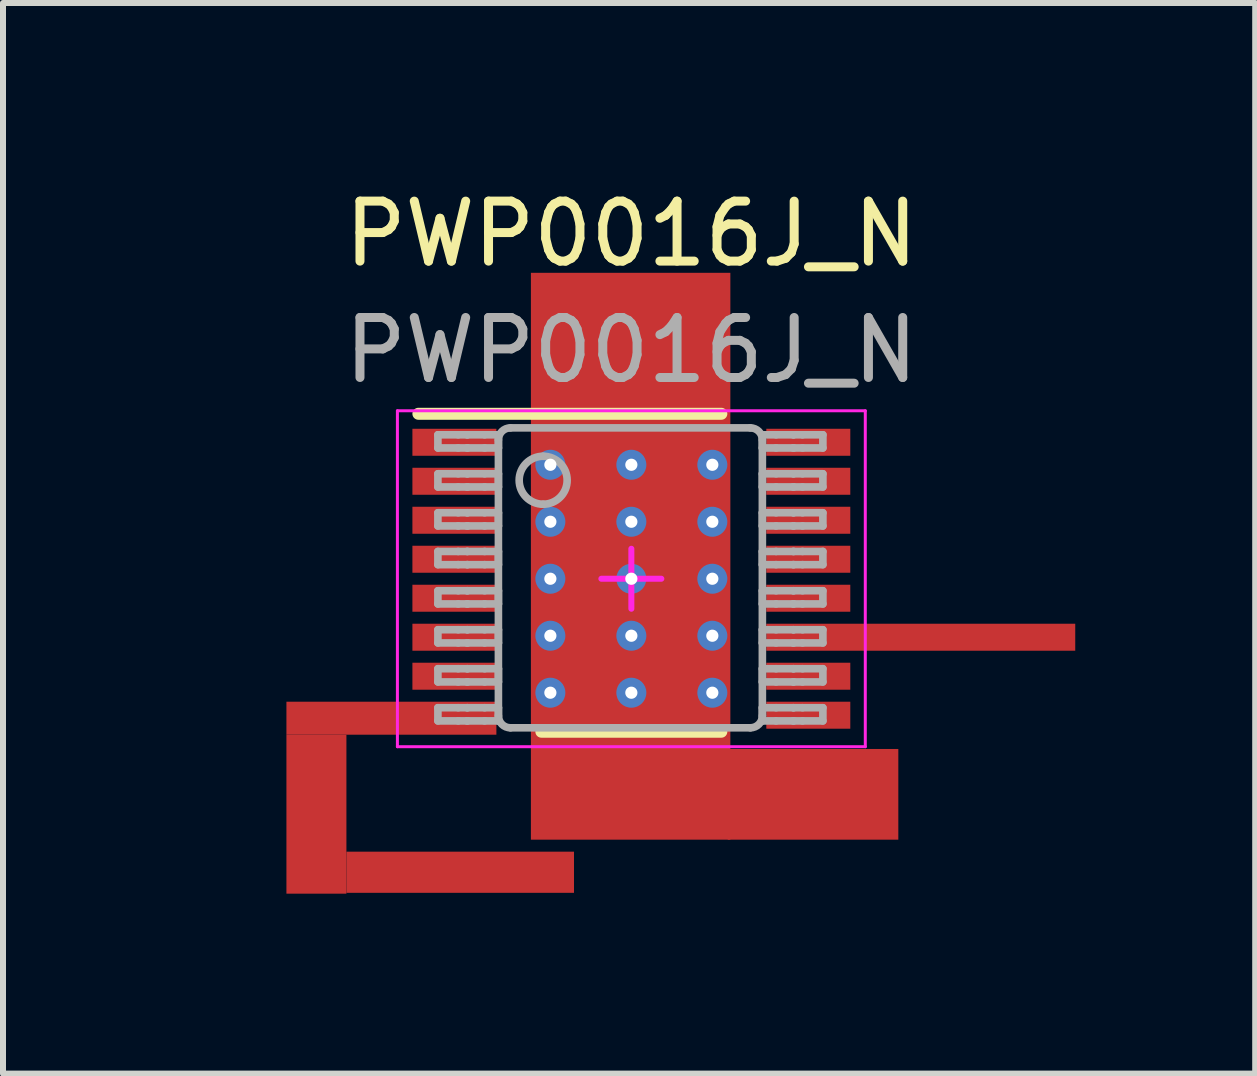
<source format=kicad_pcb>
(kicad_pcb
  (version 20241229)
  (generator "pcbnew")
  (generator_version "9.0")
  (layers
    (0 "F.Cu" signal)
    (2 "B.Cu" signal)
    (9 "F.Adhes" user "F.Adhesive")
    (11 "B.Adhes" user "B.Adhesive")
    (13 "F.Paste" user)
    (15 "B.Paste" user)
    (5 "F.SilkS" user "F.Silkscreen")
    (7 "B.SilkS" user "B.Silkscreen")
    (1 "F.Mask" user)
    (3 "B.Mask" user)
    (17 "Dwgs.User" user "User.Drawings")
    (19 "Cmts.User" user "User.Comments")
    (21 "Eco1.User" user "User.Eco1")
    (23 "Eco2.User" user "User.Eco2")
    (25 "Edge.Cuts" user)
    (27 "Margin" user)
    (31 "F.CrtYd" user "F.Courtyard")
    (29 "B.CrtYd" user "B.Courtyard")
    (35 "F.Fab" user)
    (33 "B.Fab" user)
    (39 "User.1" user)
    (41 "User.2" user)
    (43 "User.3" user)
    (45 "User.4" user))
  (footprint "PWP0016J_N"
    (layer "F.Cu")
    (at 7.475 6.598)
    (property "Reference" "PWP0016J_N" (at 0 -5.75 0) (unlocked yes) (layer "F.SilkS") (effects (font (size 1 1) (thickness 0.15))))
    (attr smd)
    (fp_poly (pts (xy -1.23 1.726) (xy -1.23 -1.726) (xy -1.229 -1.735) (xy -1.226 -1.745) (xy -1.222 -1.753) (xy -1.216 -1.761) (xy -1.208 -1.767) (xy -1.2 -1.771) (xy -1.19 -1.774) (xy -1.181 -1.775) (xy 1.181 -1.775) (xy 1.19 -1.774) (xy 1.2 -1.771) (xy 1.208 -1.767) (xy 1.216 -1.761) (xy 1.222 -1.753) (xy 1.226 -1.745) (xy 1.229 -1.735) (xy 1.23 -1.726) (xy 1.23 1.726) (xy 1.229 1.735) (xy 1.226 1.745) (xy 1.222 1.753) (xy 1.216 1.761) (xy 1.208 1.767) (xy 1.2 1.771) (xy 1.19 1.774) (xy 1.181 1.775) (xy -1.181 1.775) (xy -1.19 1.774) (xy -1.2 1.771) (xy -1.208 1.767) (xy -1.216 1.761) (xy -1.222 1.753) (xy -1.226 1.745) (xy -1.229 1.735)) (stroke (width 0) (type solid)) (fill yes) (layer "F.Mask"))
    (fp_line (start -3.55 -2.75) (end 1.5 -2.75) (stroke (width 0.2) (type solid)) (layer "F.SilkS"))
    (fp_line (start -1.5 2.55) (end 1.5 2.55) (stroke (width 0.2) (type solid)) (layer "F.SilkS"))
    (fp_poly (pts (xy -1.23 1.726) (xy -1.23 -1.726) (xy -1.229 -1.735) (xy -1.226 -1.745) (xy -1.222 -1.753) (xy -1.216 -1.761) (xy -1.208 -1.767) (xy -1.2 -1.771) (xy -1.19 -1.774) (xy -1.181 -1.775) (xy 1.181 -1.775) (xy 1.19 -1.774) (xy 1.2 -1.771) (xy 1.208 -1.767) (xy 1.216 -1.761) (xy 1.222 -1.753) (xy 1.226 -1.745) (xy 1.229 -1.735) (xy 1.23 -1.726) (xy 1.23 1.726) (xy 1.229 1.735) (xy 1.226 1.745) (xy 1.222 1.753) (xy 1.216 1.761) (xy 1.208 1.767) (xy 1.2 1.771) (xy 1.19 1.774) (xy 1.181 1.775) (xy -1.181 1.775) (xy -1.19 1.774) (xy -1.2 1.771) (xy -1.208 1.767) (xy -1.216 1.761) (xy -1.222 1.753) (xy -1.226 1.745) (xy -1.229 1.735)) (stroke (width 0) (type solid)) (fill yes) (layer "F.Paste"))
    (fp_line (start -3.9 -2.8) (end 3.9 -2.8) (stroke (width 0.05) (type solid)) (layer "F.CrtYd"))
    (fp_line (start -3.9 2.8) (end -3.9 -2.8) (stroke (width 0.05) (type solid)) (layer "F.CrtYd"))
    (fp_line (start -3.9 2.8) (end 3.9 2.8) (stroke (width 0.05) (type solid)) (layer "F.CrtYd"))
    (fp_line (start -0.5 0) (end 0.5 0) (stroke (width 0.1) (type solid)) (layer "F.CrtYd"))
    (fp_line (start -0.000003 0.5) (end -0.000003 -0.5) (stroke (width 0.1) (type solid)) (layer "F.CrtYd"))
    (fp_line (start 3.9 2.8) (end 3.9 -2.8) (stroke (width 0.05) (type solid)) (layer "F.CrtYd"))
    (fp_line (start -3.225 -2.4) (end -2.887 -2.4) (stroke (width 0.127) (type solid)) (layer "F.Fab"))
    (fp_line (start -3.225 -2.18) (end -3.225 -2.4) (stroke (width 0.127) (type solid)) (layer "F.Fab"))
    (fp_line (start -3.225 -2.18) (end -2.887 -2.18) (stroke (width 0.127) (type solid)) (layer "F.Fab"))
    (fp_line (start -3.225 -1.75) (end -2.887 -1.75) (stroke (width 0.127) (type solid)) (layer "F.Fab"))
    (fp_line (start -3.225 -1.53) (end -3.225 -1.75) (stroke (width 0.127) (type solid)) (layer "F.Fab"))
    (fp_line (start -3.225 -1.53) (end -2.887 -1.53) (stroke (width 0.127) (type solid)) (layer "F.Fab"))
    (fp_line (start -3.225 -1.1) (end -2.887 -1.1) (stroke (width 0.127) (type solid)) (layer "F.Fab"))
    (fp_line (start -3.225 -0.88) (end -3.225 -1.1) (stroke (width 0.127) (type solid)) (layer "F.Fab"))
    (fp_line (start -3.225 -0.88) (end -2.887 -0.88) (stroke (width 0.127) (type solid)) (layer "F.Fab"))
    (fp_line (start -3.225 -0.455) (end -2.887 -0.455) (stroke (width 0.127) (type solid)) (layer "F.Fab"))
    (fp_line (start -3.225 -0.235) (end -3.225 -0.455) (stroke (width 0.127) (type solid)) (layer "F.Fab"))
    (fp_line (start -3.225 -0.235) (end -2.887 -0.235) (stroke (width 0.127) (type solid)) (layer "F.Fab"))
    (fp_line (start -3.225 0.2) (end -2.887 0.2) (stroke (width 0.127) (type solid)) (layer "F.Fab"))
    (fp_line (start -3.225 0.42) (end -3.225 0.2) (stroke (width 0.127) (type solid)) (layer "F.Fab"))
    (fp_line (start -3.225 0.42) (end -2.887 0.42) (stroke (width 0.127) (type solid)) (layer "F.Fab"))
    (fp_line (start -3.225 0.85) (end -2.887 0.85) (stroke (width 0.127) (type solid)) (layer "F.Fab"))
    (fp_line (start -3.225 1.07) (end -3.225 0.85) (stroke (width 0.127) (type solid)) (layer "F.Fab"))
    (fp_line (start -3.225 1.07) (end -2.887 1.07) (stroke (width 0.127) (type solid)) (layer "F.Fab"))
    (fp_line (start -3.225 1.5) (end -2.887 1.5) (stroke (width 0.127) (type solid)) (layer "F.Fab"))
    (fp_line (start -3.225 1.72) (end -3.225 1.5) (stroke (width 0.127) (type solid)) (layer "F.Fab"))
    (fp_line (start -3.225 1.72) (end -2.887 1.72) (stroke (width 0.127) (type solid)) (layer "F.Fab"))
    (fp_line (start -3.225 2.15) (end -2.887 2.15) (stroke (width 0.127) (type solid)) (layer "F.Fab"))
    (fp_line (start -3.225 2.37) (end -3.225 2.15) (stroke (width 0.127) (type solid)) (layer "F.Fab"))
    (fp_line (start -3.225 2.37) (end -2.887 2.37) (stroke (width 0.127) (type solid)) (layer "F.Fab"))
    (fp_line (start -2.887 -2.4) (end -2.739 -2.4) (stroke (width 0.127) (type solid)) (layer "F.Fab"))
    (fp_line (start -2.887 -2.18) (end -2.739 -2.18) (stroke (width 0.127) (type solid)) (layer "F.Fab"))
    (fp_line (start -2.887 -1.75) (end -2.739 -1.75) (stroke (width 0.127) (type solid)) (layer "F.Fab"))
    (fp_line (start -2.887 -1.53) (end -2.739 -1.53) (stroke (width 0.127) (type solid)) (layer "F.Fab"))
    (fp_line (start -2.887 -1.1) (end -2.739 -1.1) (stroke (width 0.127) (type solid)) (layer "F.Fab"))
    (fp_line (start -2.887 -0.88) (end -2.739 -0.88) (stroke (width 0.127) (type solid)) (layer "F.Fab"))
    (fp_line (start -2.887 -0.455) (end -2.739 -0.455) (stroke (width 0.127) (type solid)) (layer "F.Fab"))
    (fp_line (start -2.887 -0.235) (end -2.739 -0.235) (stroke (width 0.127) (type solid)) (layer "F.Fab"))
    (fp_line (start -2.887 0.2) (end -2.739 0.2) (stroke (width 0.127) (type solid)) (layer "F.Fab"))
    (fp_line (start -2.887 0.42) (end -2.739 0.42) (stroke (width 0.127) (type solid)) (layer "F.Fab"))
    (fp_line (start -2.887 0.85) (end -2.739 0.85) (stroke (width 0.127) (type solid)) (layer "F.Fab"))
    (fp_line (start -2.887 1.07) (end -2.739 1.07) (stroke (width 0.127) (type solid)) (layer "F.Fab"))
    (fp_line (start -2.887 1.5) (end -2.739 1.5) (stroke (width 0.127) (type solid)) (layer "F.Fab"))
    (fp_line (start -2.887 1.72) (end -2.739 1.72) (stroke (width 0.127) (type solid)) (layer "F.Fab"))
    (fp_line (start -2.887 2.15) (end -2.739 2.15) (stroke (width 0.127) (type solid)) (layer "F.Fab"))
    (fp_line (start -2.887 2.37) (end -2.739 2.37) (stroke (width 0.127) (type solid)) (layer "F.Fab"))
    (fp_line (start -2.739 -2.4) (end -2.73 -2.4) (stroke (width 0.127) (type solid)) (layer "F.Fab"))
    (fp_line (start -2.739 -2.18) (end -2.73 -2.18) (stroke (width 0.127) (type solid)) (layer "F.Fab"))
    (fp_line (start -2.739 -1.75) (end -2.73 -1.75) (stroke (width 0.127) (type solid)) (layer "F.Fab"))
    (fp_line (start -2.739 -1.53) (end -2.73 -1.53) (stroke (width 0.127) (type solid)) (layer "F.Fab"))
    (fp_line (start -2.739 -1.1) (end -2.73 -1.1) (stroke (width 0.127) (type solid)) (layer "F.Fab"))
    (fp_line (start -2.739 -0.88) (end -2.73 -0.88) (stroke (width 0.127) (type solid)) (layer "F.Fab"))
    (fp_line (start -2.739 -0.455) (end -2.73 -0.455) (stroke (width 0.127) (type solid)) (layer "F.Fab"))
    (fp_line (start -2.739 -0.235) (end -2.73 -0.235) (stroke (width 0.127) (type solid)) (layer "F.Fab"))
    (fp_line (start -2.739 0.2) (end -2.73 0.2) (stroke (width 0.127) (type solid)) (layer "F.Fab"))
    (fp_line (start -2.739 0.42) (end -2.73 0.42) (stroke (width 0.127) (type solid)) (layer "F.Fab"))
    (fp_line (start -2.739 0.85) (end -2.73 0.85) (stroke (width 0.127) (type solid)) (layer "F.Fab"))
    (fp_line (start -2.739 1.07) (end -2.73 1.07) (stroke (width 0.127) (type solid)) (layer "F.Fab"))
    (fp_line (start -2.739 1.5) (end -2.73 1.5) (stroke (width 0.127) (type solid)) (layer "F.Fab"))
    (fp_line (start -2.739 1.72) (end -2.73 1.72) (stroke (width 0.127) (type solid)) (layer "F.Fab"))
    (fp_line (start -2.739 2.15) (end -2.73 2.15) (stroke (width 0.127) (type solid)) (layer "F.Fab"))
    (fp_line (start -2.739 2.37) (end -2.73 2.37) (stroke (width 0.127) (type solid)) (layer "F.Fab"))
    (fp_line (start -2.73 -2.4) (end -2.446 -2.4) (stroke (width 0.127) (type solid)) (layer "F.Fab"))
    (fp_line (start -2.73 -2.18) (end -2.446 -2.18) (stroke (width 0.127) (type solid)) (layer "F.Fab"))
    (fp_line (start -2.73 -1.75) (end -2.446 -1.75) (stroke (width 0.127) (type solid)) (layer "F.Fab"))
    (fp_line (start -2.73 -1.53) (end -2.446 -1.53) (stroke (width 0.127) (type solid)) (layer "F.Fab"))
    (fp_line (start -2.73 -1.1) (end -2.446 -1.1) (stroke (width 0.127) (type solid)) (layer "F.Fab"))
    (fp_line (start -2.73 -0.88) (end -2.446 -0.88) (stroke (width 0.127) (type solid)) (layer "F.Fab"))
    (fp_line (start -2.73 -0.455) (end -2.446 -0.455) (stroke (width 0.127) (type solid)) (layer "F.Fab"))
    (fp_line (start -2.73 -0.235) (end -2.446 -0.235) (stroke (width 0.127) (type solid)) (layer "F.Fab"))
    (fp_line (start -2.73 0.2) (end -2.446 0.2) (stroke (width 0.127) (type solid)) (layer "F.Fab"))
    (fp_line (start -2.73 0.42) (end -2.446 0.42) (stroke (width 0.127) (type solid)) (layer "F.Fab"))
    (fp_line (start -2.73 0.85) (end -2.446 0.85) (stroke (width 0.127) (type solid)) (layer "F.Fab"))
    (fp_line (start -2.73 1.07) (end -2.446 1.07) (stroke (width 0.127) (type solid)) (layer "F.Fab"))
    (fp_line (start -2.73 1.5) (end -2.446 1.5) (stroke (width 0.127) (type solid)) (layer "F.Fab"))
    (fp_line (start -2.73 1.72) (end -2.446 1.72) (stroke (width 0.127) (type solid)) (layer "F.Fab"))
    (fp_line (start -2.73 2.15) (end -2.446 2.15) (stroke (width 0.127) (type solid)) (layer "F.Fab"))
    (fp_line (start -2.73 2.37) (end -2.446 2.37) (stroke (width 0.127) (type solid)) (layer "F.Fab"))
    (fp_line (start -2.446 -2.4) (end -2.216 -2.4) (stroke (width 0.127) (type solid)) (layer "F.Fab"))
    (fp_line (start -2.446 -2.18) (end -2.216 -2.18) (stroke (width 0.127) (type solid)) (layer "F.Fab"))
    (fp_line (start -2.446 -1.75) (end -2.216 -1.75) (stroke (width 0.127) (type solid)) (layer "F.Fab"))
    (fp_line (start -2.446 -1.53) (end -2.216 -1.53) (stroke (width 0.127) (type solid)) (layer "F.Fab"))
    (fp_line (start -2.446 -1.1) (end -2.216 -1.1) (stroke (width 0.127) (type solid)) (layer "F.Fab"))
    (fp_line (start -2.446 -0.88) (end -2.216 -0.88) (stroke (width 0.127) (type solid)) (layer "F.Fab"))
    (fp_line (start -2.446 -0.455) (end -2.216 -0.455) (stroke (width 0.127) (type solid)) (layer "F.Fab"))
    (fp_line (start -2.446 -0.235) (end -2.216 -0.235) (stroke (width 0.127) (type solid)) (layer "F.Fab"))
    (fp_line (start -2.446 0.2) (end -2.216 0.2) (stroke (width 0.127) (type solid)) (layer "F.Fab"))
    (fp_line (start -2.446 0.42) (end -2.216 0.42) (stroke (width 0.127) (type solid)) (layer "F.Fab"))
    (fp_line (start -2.446 0.85) (end -2.216 0.85) (stroke (width 0.127) (type solid)) (layer "F.Fab"))
    (fp_line (start -2.446 1.07) (end -2.216 1.07) (stroke (width 0.127) (type solid)) (layer "F.Fab"))
    (fp_line (start -2.446 1.5) (end -2.216 1.5) (stroke (width 0.127) (type solid)) (layer "F.Fab"))
    (fp_line (start -2.446 1.72) (end -2.216 1.72) (stroke (width 0.127) (type solid)) (layer "F.Fab"))
    (fp_line (start -2.446 2.15) (end -2.216 2.15) (stroke (width 0.127) (type solid)) (layer "F.Fab"))
    (fp_line (start -2.446 2.37) (end -2.216 2.37) (stroke (width 0.127) (type solid)) (layer "F.Fab"))
    (fp_line (start -2.216 -2.18) (end -2.216 -2.4) (stroke (width 0.127) (type solid)) (layer "F.Fab"))
    (fp_line (start -2.216 -1.53) (end -2.216 -1.75) (stroke (width 0.127) (type solid)) (layer "F.Fab"))
    (fp_line (start -2.216 -0.88) (end -2.216 -1.1) (stroke (width 0.127) (type solid)) (layer "F.Fab"))
    (fp_line (start -2.216 -0.235) (end -2.216 -0.455) (stroke (width 0.127) (type solid)) (layer "F.Fab"))
    (fp_line (start -2.216 0.42) (end -2.216 0.2) (stroke (width 0.127) (type solid)) (layer "F.Fab"))
    (fp_line (start -2.216 1.07) (end -2.216 0.85) (stroke (width 0.127) (type solid)) (layer "F.Fab"))
    (fp_line (start -2.216 1.72) (end -2.216 1.5) (stroke (width 0.127) (type solid)) (layer "F.Fab"))
    (fp_line (start -2.216 2.285) (end -2.216 -2.315) (stroke (width 0.127) (type solid)) (layer "F.Fab"))
    (fp_line (start -2.216 2.37) (end -2.216 2.15) (stroke (width 0.127) (type solid)) (layer "F.Fab"))
    (fp_line (start -2.016 -2.515) (end 1.984 -2.515) (stroke (width 0.127) (type solid)) (layer "F.Fab"))
    (fp_line (start -2.016 2.485) (end 1.984 2.485) (stroke (width 0.127) (type solid)) (layer "F.Fab"))
    (fp_line (start 2.184 -2.4) (end 2.413 -2.4) (stroke (width 0.127) (type solid)) (layer "F.Fab"))
    (fp_line (start 2.184 -2.18) (end 2.184 -2.4) (stroke (width 0.127) (type solid)) (layer "F.Fab"))
    (fp_line (start 2.184 -2.18) (end 2.413 -2.18) (stroke (width 0.127) (type solid)) (layer "F.Fab"))
    (fp_line (start 2.184 -1.75) (end 2.413 -1.75) (stroke (width 0.127) (type solid)) (layer "F.Fab"))
    (fp_line (start 2.184 -1.53) (end 2.184 -1.75) (stroke (width 0.127) (type solid)) (layer "F.Fab"))
    (fp_line (start 2.184 -1.53) (end 2.413 -1.53) (stroke (width 0.127) (type solid)) (layer "F.Fab"))
    (fp_line (start 2.184 -1.1) (end 2.413 -1.1) (stroke (width 0.127) (type solid)) (layer "F.Fab"))
    (fp_line (start 2.184 -0.88) (end 2.184 -1.1) (stroke (width 0.127) (type solid)) (layer "F.Fab"))
    (fp_line (start 2.184 -0.88) (end 2.413 -0.88) (stroke (width 0.127) (type solid)) (layer "F.Fab"))
    (fp_line (start 2.184 -0.455) (end 2.413 -0.455) (stroke (width 0.127) (type solid)) (layer "F.Fab"))
    (fp_line (start 2.184 -0.235) (end 2.184 -0.455) (stroke (width 0.127) (type solid)) (layer "F.Fab"))
    (fp_line (start 2.184 -0.235) (end 2.413 -0.235) (stroke (width 0.127) (type solid)) (layer "F.Fab"))
    (fp_line (start 2.184 0.2) (end 2.413 0.2) (stroke (width 0.127) (type solid)) (layer "F.Fab"))
    (fp_line (start 2.184 0.42) (end 2.184 0.2) (stroke (width 0.127) (type solid)) (layer "F.Fab"))
    (fp_line (start 2.184 0.42) (end 2.413 0.42) (stroke (width 0.127) (type solid)) (layer "F.Fab"))
    (fp_line (start 2.184 0.85) (end 2.413 0.85) (stroke (width 0.127) (type solid)) (layer "F.Fab"))
    (fp_line (start 2.184 1.07) (end 2.184 0.85) (stroke (width 0.127) (type solid)) (layer "F.Fab"))
    (fp_line (start 2.184 1.07) (end 2.413 1.07) (stroke (width 0.127) (type solid)) (layer "F.Fab"))
    (fp_line (start 2.184 1.5) (end 2.413 1.5) (stroke (width 0.127) (type solid)) (layer "F.Fab"))
    (fp_line (start 2.184 1.72) (end 2.184 1.5) (stroke (width 0.127) (type solid)) (layer "F.Fab"))
    (fp_line (start 2.184 1.72) (end 2.413 1.72) (stroke (width 0.127) (type solid)) (layer "F.Fab"))
    (fp_line (start 2.184 2.15) (end 2.413 2.15) (stroke (width 0.127) (type solid)) (layer "F.Fab"))
    (fp_line (start 2.184 2.285) (end 2.184 -2.315) (stroke (width 0.127) (type solid)) (layer "F.Fab"))
    (fp_line (start 2.184 2.37) (end 2.184 2.15) (stroke (width 0.127) (type solid)) (layer "F.Fab"))
    (fp_line (start 2.184 2.37) (end 2.413 2.37) (stroke (width 0.127) (type solid)) (layer "F.Fab"))
    (fp_line (start 2.413 -2.4) (end 2.698 -2.4) (stroke (width 0.127) (type solid)) (layer "F.Fab"))
    (fp_line (start 2.413 -2.18) (end 2.698 -2.18) (stroke (width 0.127) (type solid)) (layer "F.Fab"))
    (fp_line (start 2.413 -1.75) (end 2.698 -1.75) (stroke (width 0.127) (type solid)) (layer "F.Fab"))
    (fp_line (start 2.413 -1.53) (end 2.698 -1.53) (stroke (width 0.127) (type solid)) (layer "F.Fab"))
    (fp_line (start 2.413 -1.1) (end 2.698 -1.1) (stroke (width 0.127) (type solid)) (layer "F.Fab"))
    (fp_line (start 2.413 -0.88) (end 2.698 -0.88) (stroke (width 0.127) (type solid)) (layer "F.Fab"))
    (fp_line (start 2.413 -0.455) (end 2.698 -0.455) (stroke (width 0.127) (type solid)) (layer "F.Fab"))
    (fp_line (start 2.413 -0.235) (end 2.698 -0.235) (stroke (width 0.127) (type solid)) (layer "F.Fab"))
    (fp_line (start 2.413 0.2) (end 2.698 0.2) (stroke (width 0.127) (type solid)) (layer "F.Fab"))
    (fp_line (start 2.413 0.42) (end 2.698 0.42) (stroke (width 0.127) (type solid)) (layer "F.Fab"))
    (fp_line (start 2.413 0.85) (end 2.698 0.85) (stroke (width 0.127) (type solid)) (layer "F.Fab"))
    (fp_line (start 2.413 1.07) (end 2.698 1.07) (stroke (width 0.127) (type solid)) (layer "F.Fab"))
    (fp_line (start 2.413 1.5) (end 2.698 1.5) (stroke (width 0.127) (type solid)) (layer "F.Fab"))
    (fp_line (start 2.413 1.72) (end 2.698 1.72) (stroke (width 0.127) (type solid)) (layer "F.Fab"))
    (fp_line (start 2.413 2.15) (end 2.698 2.15) (stroke (width 0.127) (type solid)) (layer "F.Fab"))
    (fp_line (start 2.413 2.37) (end 2.698 2.37) (stroke (width 0.127) (type solid)) (layer "F.Fab"))
    (fp_line (start 2.698 -2.4) (end 2.707 -2.4) (stroke (width 0.127) (type solid)) (layer "F.Fab"))
    (fp_line (start 2.698 -2.18) (end 2.707 -2.18) (stroke (width 0.127) (type solid)) (layer "F.Fab"))
    (fp_line (start 2.698 -1.75) (end 2.707 -1.75) (stroke (width 0.127) (type solid)) (layer "F.Fab"))
    (fp_line (start 2.698 -1.53) (end 2.707 -1.53) (stroke (width 0.127) (type solid)) (layer "F.Fab"))
    (fp_line (start 2.698 -1.1) (end 2.707 -1.1) (stroke (width 0.127) (type solid)) (layer "F.Fab"))
    (fp_line (start 2.698 -0.88) (end 2.707 -0.88) (stroke (width 0.127) (type solid)) (layer "F.Fab"))
    (fp_line (start 2.698 -0.455) (end 2.707 -0.455) (stroke (width 0.127) (type solid)) (layer "F.Fab"))
    (fp_line (start 2.698 -0.235) (end 2.707 -0.235) (stroke (width 0.127) (type solid)) (layer "F.Fab"))
    (fp_line (start 2.698 0.2) (end 2.707 0.2) (stroke (width 0.127) (type solid)) (layer "F.Fab"))
    (fp_line (start 2.698 0.42) (end 2.707 0.42) (stroke (width 0.127) (type solid)) (layer "F.Fab"))
    (fp_line (start 2.698 0.85) (end 2.707 0.85) (stroke (width 0.127) (type solid)) (layer "F.Fab"))
    (fp_line (start 2.698 1.07) (end 2.707 1.07) (stroke (width 0.127) (type solid)) (layer "F.Fab"))
    (fp_line (start 2.698 1.5) (end 2.707 1.5) (stroke (width 0.127) (type solid)) (layer "F.Fab"))
    (fp_line (start 2.698 1.72) (end 2.707 1.72) (stroke (width 0.127) (type solid)) (layer "F.Fab"))
    (fp_line (start 2.698 2.15) (end 2.707 2.15) (stroke (width 0.127) (type solid)) (layer "F.Fab"))
    (fp_line (start 2.698 2.37) (end 2.707 2.37) (stroke (width 0.127) (type solid)) (layer "F.Fab"))
    (fp_line (start 2.707 -2.4) (end 2.854 -2.4) (stroke (width 0.127) (type solid)) (layer "F.Fab"))
    (fp_line (start 2.707 -2.18) (end 2.854 -2.18) (stroke (width 0.127) (type solid)) (layer "F.Fab"))
    (fp_line (start 2.707 -1.75) (end 2.854 -1.75) (stroke (width 0.127) (type solid)) (layer "F.Fab"))
    (fp_line (start 2.707 -1.53) (end 2.854 -1.53) (stroke (width 0.127) (type solid)) (layer "F.Fab"))
    (fp_line (start 2.707 -1.1) (end 2.854 -1.1) (stroke (width 0.127) (type solid)) (layer "F.Fab"))
    (fp_line (start 2.707 -0.88) (end 2.854 -0.88) (stroke (width 0.127) (type solid)) (layer "F.Fab"))
    (fp_line (start 2.707 -0.455) (end 2.854 -0.455) (stroke (width 0.127) (type solid)) (layer "F.Fab"))
    (fp_line (start 2.707 -0.235) (end 2.854 -0.235) (stroke (width 0.127) (type solid)) (layer "F.Fab"))
    (fp_line (start 2.707 0.2) (end 2.854 0.2) (stroke (width 0.127) (type solid)) (layer "F.Fab"))
    (fp_line (start 2.707 0.42) (end 2.854 0.42) (stroke (width 0.127) (type solid)) (layer "F.Fab"))
    (fp_line (start 2.707 0.85) (end 2.854 0.85) (stroke (width 0.127) (type solid)) (layer "F.Fab"))
    (fp_line (start 2.707 1.07) (end 2.854 1.07) (stroke (width 0.127) (type solid)) (layer "F.Fab"))
    (fp_line (start 2.707 1.5) (end 2.854 1.5) (stroke (width 0.127) (type solid)) (layer "F.Fab"))
    (fp_line (start 2.707 1.72) (end 2.854 1.72) (stroke (width 0.127) (type solid)) (layer "F.Fab"))
    (fp_line (start 2.707 2.15) (end 2.854 2.15) (stroke (width 0.127) (type solid)) (layer "F.Fab"))
    (fp_line (start 2.707 2.37) (end 2.854 2.37) (stroke (width 0.127) (type solid)) (layer "F.Fab"))
    (fp_line (start 2.854 -2.4) (end 3.193 -2.4) (stroke (width 0.127) (type solid)) (layer "F.Fab"))
    (fp_line (start 2.854 -2.18) (end 3.193 -2.18) (stroke (width 0.127) (type solid)) (layer "F.Fab"))
    (fp_line (start 2.854 -1.75) (end 3.193 -1.75) (stroke (width 0.127) (type solid)) (layer "F.Fab"))
    (fp_line (start 2.854 -1.53) (end 3.193 -1.53) (stroke (width 0.127) (type solid)) (layer "F.Fab"))
    (fp_line (start 2.854 -1.1) (end 3.193 -1.1) (stroke (width 0.127) (type solid)) (layer "F.Fab"))
    (fp_line (start 2.854 -0.88) (end 3.193 -0.88) (stroke (width 0.127) (type solid)) (layer "F.Fab"))
    (fp_line (start 2.854 -0.455) (end 3.193 -0.455) (stroke (width 0.127) (type solid)) (layer "F.Fab"))
    (fp_line (start 2.854 -0.235) (end 3.193 -0.235) (stroke (width 0.127) (type solid)) (layer "F.Fab"))
    (fp_line (start 2.854 0.2) (end 3.193 0.2) (stroke (width 0.127) (type solid)) (layer "F.Fab"))
    (fp_line (start 2.854 0.42) (end 3.193 0.42) (stroke (width 0.127) (type solid)) (layer "F.Fab"))
    (fp_line (start 2.854 0.85) (end 3.193 0.85) (stroke (width 0.127) (type solid)) (layer "F.Fab"))
    (fp_line (start 2.854 1.07) (end 3.193 1.07) (stroke (width 0.127) (type solid)) (layer "F.Fab"))
    (fp_line (start 2.854 1.5) (end 3.193 1.5) (stroke (width 0.127) (type solid)) (layer "F.Fab"))
    (fp_line (start 2.854 1.72) (end 3.193 1.72) (stroke (width 0.127) (type solid)) (layer "F.Fab"))
    (fp_line (start 2.854 2.15) (end 3.193 2.15) (stroke (width 0.127) (type solid)) (layer "F.Fab"))
    (fp_line (start 2.854 2.37) (end 3.193 2.37) (stroke (width 0.127) (type solid)) (layer "F.Fab"))
    (fp_line (start 3.193 -2.18) (end 3.193 -2.4) (stroke (width 0.127) (type solid)) (layer "F.Fab"))
    (fp_line (start 3.193 -1.53) (end 3.193 -1.75) (stroke (width 0.127) (type solid)) (layer "F.Fab"))
    (fp_line (start 3.193 -0.88) (end 3.193 -1.1) (stroke (width 0.127) (type solid)) (layer "F.Fab"))
    (fp_line (start 3.193 -0.235) (end 3.193 -0.455) (stroke (width 0.127) (type solid)) (layer "F.Fab"))
    (fp_line (start 3.193 0.42) (end 3.193 0.2) (stroke (width 0.127) (type solid)) (layer "F.Fab"))
    (fp_line (start 3.193 1.07) (end 3.193 0.85) (stroke (width 0.127) (type solid)) (layer "F.Fab"))
    (fp_line (start 3.193 1.72) (end 3.193 1.5) (stroke (width 0.127) (type solid)) (layer "F.Fab"))
    (fp_line (start 3.193 2.37) (end 3.193 2.15) (stroke (width 0.127) (type solid)) (layer "F.Fab"))
    (fp_arc (start -2.216137 -2.314986) (mid -2.157559 -2.456407) (end -2.016138 -2.514986) (stroke (width 0.127) (type solid)) (layer "F.Fab"))
    (fp_arc (start -2.016137 2.485004) (mid -2.157559 2.426426) (end -2.216137 2.285004) (stroke (width 0.127) (type solid)) (layer "F.Fab"))
    (fp_arc (start -1.470139 -2.041987) (mid -1.07014 -1.641988) (end -1.470139 -1.241989) (stroke (width 0.127) (type solid)) (layer "F.Fab"))
    (fp_arc (start -1.470139 -1.241989) (mid -1.870139 -1.641988) (end -1.470139 -2.041987) (stroke (width 0.127) (type solid)) (layer "F.Fab"))
    (fp_arc (start 1.983854 -2.514986) (mid 2.125275 -2.456408) (end 2.183854 -2.314986) (stroke (width 0.127) (type solid)) (layer "F.Fab"))
    (fp_arc (start 2.183854 2.285004) (mid 2.125275 2.426425) (end 1.983854 2.485004) (stroke (width 0.127) (type solid)) (layer "F.Fab"))
    (fp_text user "${REFERENCE}" (at 0 -3.81 0) (unlocked yes) (layer "F.Fab") (effects (font (size 1 1) (thickness 0.15))))
    (pad "1" smd rect (at -2.95 -2.275 90) (size 0.45 1.4) (layers "F.Cu" "F.Mask" "F.Paste"))
    (pad "2" smd rect (at -2.95 -1.625 90) (size 0.45 1.4) (layers "F.Cu" "F.Mask" "F.Paste"))
    (pad "3" smd rect (at -2.95 -0.975 90) (size 0.45 1.4) (layers "F.Cu" "F.Mask" "F.Paste"))
    (pad "4" smd rect (at -2.95 -0.325 90) (size 0.45 1.4) (layers "F.Cu" "F.Mask" "F.Paste"))
    (pad "5" smd rect (at -2.95 0.325 90) (size 0.45 1.4) (layers "F.Cu" "F.Mask" "F.Paste"))
    (pad "6" smd rect (at -2.95 0.975 90) (size 0.45 1.4) (layers "F.Cu" "F.Mask" "F.Paste"))
    (pad "7" smd rect (at -2.95 1.625 90) (size 0.45 1.4) (layers "F.Cu" "F.Mask" "F.Paste"))
    (pad "8" smd rect (at -5.25 3.925 90) (size 2.65 1) (layers "F.Cu" "F.Mask" "F.Paste"))
    (pad "8" smd rect (at -4 2.325 90) (size 0.55 3.5) (layers "F.Cu" "F.Mask" "F.Paste"))
    (pad "8" smd rect (at -2.853 4.893 90) (size 0.686 3.794) (layers "F.Cu" "F.Mask" "F.Paste"))
    (pad "9" smd rect (at 2.95 2.275 90) (size 0.45 1.4) (layers "F.Cu" "F.Mask" "F.Paste"))
    (pad "10" smd rect (at 2.95 1.625 90) (size 0.45 1.4) (layers "F.Cu" "F.Mask" "F.Paste"))
    (pad "11" smd rect (at 4.825 0.975 90) (size 0.45 5.15) (layers "F.Cu" "F.Mask" "F.Paste"))
    (pad "12" smd rect (at 2.95 0.325 90) (size 0.45 1.4) (layers "F.Cu" "F.Mask" "F.Paste"))
    (pad "13" smd rect (at 2.95 -0.325 90) (size 0.45 1.4) (layers "F.Cu" "F.Mask" "F.Paste"))
    (pad "14" smd rect (at 2.95 -0.975 90) (size 0.45 1.4) (layers "F.Cu" "F.Mask" "F.Paste"))
    (pad "15" smd rect (at 2.95 -1.625 90) (size 0.45 1.4) (layers "F.Cu" "F.Mask" "F.Paste"))
    (pad "16" smd rect (at 2.95 -2.275 90) (size 0.45 1.4) (layers "F.Cu" "F.Mask" "F.Paste"))
    (pad "17" thru_hole circle (at -1.35 -1.9) (size 0.5 0.5) (drill 0.203) (layers "*.Cu" "*.Mask"))
    (pad "17" thru_hole circle (at -1.35 -0.95) (size 0.5 0.5) (drill 0.203) (layers "*.Cu" "*.Mask"))
    (pad "17" thru_hole circle (at -1.35 0) (size 0.5 0.5) (drill 0.203) (layers "*.Cu" "*.Mask"))
    (pad "17" thru_hole circle (at -1.35 0.95) (size 0.5 0.5) (drill 0.203) (layers "*.Cu" "*.Mask"))
    (pad "17" thru_hole circle (at -1.35 1.9) (size 0.5 0.5) (drill 0.203) (layers "*.Cu" "*.Mask"))
    (pad "17" smd rect (at -0.012 -0.375) (size 3.325 9.45) (layers "F.Cu" "F.Mask" "F.Paste"))
    (pad "17" thru_hole circle (at 0 -1.9) (size 0.5 0.5) (drill 0.203) (layers "*.Cu" "*.Mask"))
    (pad "17" thru_hole circle (at 0 -0.95) (size 0.5 0.5) (drill 0.203) (layers "*.Cu" "*.Mask"))
    (pad "17" thru_hole circle (at 0 0) (size 0.5 0.5) (drill 0.203) (layers "*.Cu" "*.Mask"))
    (pad "17" thru_hole circle (at 0 0.95) (size 0.5 0.5) (drill 0.203) (layers "*.Cu" "*.Mask"))
    (pad "17" thru_hole circle (at 0 1.9) (size 0.5 0.5) (drill 0.203) (layers "*.Cu" "*.Mask"))
    (pad "17" thru_hole circle (at 1.35 -1.9) (size 0.5 0.5) (drill 0.203) (layers "*.Cu" "*.Mask"))
    (pad "17" thru_hole circle (at 1.35 -0.95) (size 0.5 0.5) (drill 0.203) (layers "*.Cu" "*.Mask"))
    (pad "17" thru_hole circle (at 1.35 0) (size 0.5 0.5) (drill 0.203) (layers "*.Cu" "*.Mask"))
    (pad "17" thru_hole circle (at 1.35 0.95) (size 0.5 0.5) (drill 0.203) (layers "*.Cu" "*.Mask"))
    (pad "17" thru_hole circle (at 1.35 1.9) (size 0.5 0.5) (drill 0.203) (layers "*.Cu" "*.Mask"))
    (pad "17" smd rect (at 3.029 3.594) (size 2.843 1.512) (layers "F.Cu" "F.Mask" "F.Paste"))
    (zone (net_name "") (layer "F.Cu") (hatch edge 0.5) (connect_pads) (min_thickness 0.25) (filled_areas_thickness no) (fill (island_removal_mode 1) (island_area_min 10)) (polygon (pts (xy 3.84 6.703) (xy 3.856 6.703) (xy 3.869 6.712) (xy 3.884 6.717) (xy 3.893 6.73) (xy 3.906 6.739) (xy 3.911 6.755) (xy 3.92 6.767) (xy 3.92 6.783) (xy 3.925 6.798) (xy 3.925 7.048) (xy 3.92 7.063) (xy 3.92 7.079) (xy 3.911 7.092) (xy 3.906 7.107) (xy 3.893 7.116) (xy 3.884 7.129) (xy 3.869 7.134) (xy 3.856 7.143) (xy 3.84 7.143) (xy 3.825 7.148) (xy 1.875 7.148) (xy 1.86 7.143) (xy 1.844 7.143) (xy 1.831 7.134) (xy 1.816 7.129) (xy 1.807 7.116) (xy 1.794 7.107) (xy 1.789 7.092) (xy 1.78 7.079) (xy 1.78 7.063) (xy 1.775 7.048) (xy 1.775 6.798) (xy 1.78 6.783) (xy 1.78 6.767) (xy 1.789 6.755) (xy 1.794 6.739) (xy 1.807 6.73) (xy 1.816 6.717) (xy 1.831 6.712) (xy 1.844 6.703) (xy 1.86 6.703) (xy 1.875 6.698) (xy 3.825 6.698))))
    (zone (net_name "") (layer "F.Cu") (hatch edge 0.5) (connect_pads) (min_thickness 0.25) (filled_areas_thickness no) (fill (island_removal_mode 1) (island_area_min 10)) (polygon (pts (xy 3.865 4.103) (xy 3.881 4.103) (xy 3.894 4.112) (xy 3.909 4.117) (xy 3.918 4.13) (xy 3.931 4.139) (xy 3.936 4.155) (xy 3.945 4.167) (xy 3.945 4.183) (xy 3.95 4.198) (xy 3.95 4.448) (xy 3.945 4.463) (xy 3.945 4.479) (xy 3.936 4.492) (xy 3.931 4.507) (xy 3.918 4.516) (xy 3.909 4.529) (xy 3.894 4.534) (xy 3.881 4.543) (xy 3.865 4.543) (xy 3.85 4.548) (xy 1.9 4.548) (xy 1.885 4.543) (xy 1.869 4.543) (xy 1.856 4.534) (xy 1.841 4.529) (xy 1.832 4.516) (xy 1.819 4.507) (xy 1.814 4.492) (xy 1.805 4.479) (xy 1.805 4.463) (xy 1.8 4.448) (xy 1.8 4.198) (xy 1.805 4.183) (xy 1.805 4.167) (xy 1.814 4.155) (xy 1.819 4.139) (xy 1.832 4.13) (xy 1.841 4.117) (xy 1.856 4.112) (xy 1.869 4.103) (xy 1.885 4.103) (xy 1.9 4.098) (xy 3.85 4.098))))
    (zone (net_name "") (layer "F.Cu") (hatch edge 0.5) (connect_pads) (min_thickness 0.25) (filled_areas_thickness no) (fill (island_removal_mode 1) (island_area_min 10)) (polygon (pts (xy 3.865 4.753) (xy 3.881 4.753) (xy 3.894 4.762) (xy 3.909 4.767) (xy 3.918 4.78) (xy 3.931 4.789) (xy 3.936 4.805) (xy 3.945 4.817) (xy 3.945 4.833) (xy 3.95 4.848) (xy 3.95 5.098) (xy 3.945 5.113) (xy 3.945 5.129) (xy 3.936 5.142) (xy 3.931 5.157) (xy 3.918 5.166) (xy 3.909 5.179) (xy 3.894 5.184) (xy 3.881 5.193) (xy 3.865 5.193) (xy 3.85 5.198) (xy 1.9 5.198) (xy 1.885 5.193) (xy 1.869 5.193) (xy 1.856 5.184) (xy 1.841 5.179) (xy 1.832 5.166) (xy 1.819 5.157) (xy 1.814 5.142) (xy 1.805 5.129) (xy 1.805 5.113) (xy 1.8 5.098) (xy 1.8 4.848) (xy 1.805 4.833) (xy 1.805 4.817) (xy 1.814 4.805) (xy 1.819 4.789) (xy 1.832 4.78) (xy 1.841 4.767) (xy 1.856 4.762) (xy 1.869 4.753) (xy 1.885 4.753) (xy 1.9 4.748) (xy 3.85 4.748))))
    (zone (net_name "") (layer "F.Cu") (hatch edge 0.5) (connect_pads) (min_thickness 0.25) (filled_areas_thickness no) (fill (island_removal_mode 1) (island_area_min 10)) (polygon (pts (xy 3.865 5.403) (xy 3.881 5.403) (xy 3.894 5.412) (xy 3.909 5.417) (xy 3.918 5.43) (xy 3.931 5.439) (xy 3.936 5.455) (xy 3.945 5.467) (xy 3.945 5.483) (xy 3.95 5.498) (xy 3.95 5.748) (xy 3.945 5.763) (xy 3.945 5.779) (xy 3.936 5.792) (xy 3.931 5.807) (xy 3.918 5.816) (xy 3.909 5.829) (xy 3.894 5.834) (xy 3.881 5.843) (xy 3.865 5.843) (xy 3.85 5.848) (xy 1.9 5.848) (xy 1.885 5.843) (xy 1.869 5.843) (xy 1.856 5.834) (xy 1.841 5.829) (xy 1.832 5.816) (xy 1.819 5.807) (xy 1.814 5.792) (xy 1.805 5.779) (xy 1.805 5.763) (xy 1.8 5.748) (xy 1.8 5.498) (xy 1.805 5.483) (xy 1.805 5.467) (xy 1.814 5.455) (xy 1.819 5.439) (xy 1.832 5.43) (xy 1.841 5.417) (xy 1.856 5.412) (xy 1.869 5.403) (xy 1.885 5.403) (xy 1.9 5.398) (xy 3.85 5.398))))
    (zone (net_name "") (layer "F.Cu") (hatch edge 0.5) (connect_pads) (min_thickness 0.25) (filled_areas_thickness no) (fill (island_removal_mode 1) (island_area_min 10)) (polygon (pts (xy 3.865 6.053) (xy 3.881 6.053) (xy 3.894 6.062) (xy 3.909 6.067) (xy 3.918 6.08) (xy 3.931 6.089) (xy 3.936 6.105) (xy 3.945 6.117) (xy 3.945 6.133) (xy 3.95 6.148) (xy 3.95 6.398) (xy 3.945 6.413) (xy 3.945 6.429) (xy 3.936 6.442) (xy 3.931 6.457) (xy 3.918 6.466) (xy 3.909 6.479) (xy 3.894 6.484) (xy 3.881 6.493) (xy 3.865 6.493) (xy 3.85 6.498) (xy 1.9 6.498) (xy 1.885 6.493) (xy 1.869 6.493) (xy 1.856 6.484) (xy 1.841 6.479) (xy 1.832 6.466) (xy 1.819 6.457) (xy 1.814 6.442) (xy 1.805 6.429) (xy 1.805 6.413) (xy 1.8 6.398) (xy 1.8 6.148) (xy 1.805 6.133) (xy 1.805 6.117) (xy 1.814 6.105) (xy 1.819 6.089) (xy 1.832 6.08) (xy 1.841 6.067) (xy 1.856 6.062) (xy 1.869 6.053) (xy 1.885 6.053) (xy 1.9 6.048) (xy 3.85 6.048))))
    (zone (net_name "") (layer "F.Cu") (hatch edge 0.5) (connect_pads) (min_thickness 0.25) (filled_areas_thickness no) (fill (island_removal_mode 1) (island_area_min 10)) (polygon (pts (xy 3.865 7.353) (xy 3.881 7.353) (xy 3.894 7.362) (xy 3.909 7.367) (xy 3.918 7.38) (xy 3.931 7.389) (xy 3.936 7.405) (xy 3.945 7.417) (xy 3.945 7.433) (xy 3.95 7.448) (xy 3.95 7.698) (xy 3.945 7.713) (xy 3.945 7.729) (xy 3.936 7.742) (xy 3.931 7.757) (xy 3.918 7.766) (xy 3.909 7.779) (xy 3.894 7.784) (xy 3.881 7.793) (xy 3.865 7.793) (xy 3.85 7.798) (xy 0.1 7.798) (xy 0.085 7.793) (xy 0.069 7.793) (xy 0.056 7.784) (xy 0.041 7.779) (xy 0.032 7.766) (xy 0.019 7.757) (xy 0.014 7.742) (xy 0.005 7.729) (xy 0.005 7.713) (xy 0 7.698) (xy 0 7.448) (xy 0.005 7.433) (xy 0.005 7.417) (xy 0.014 7.405) (xy 0.019 7.389) (xy 0.032 7.38) (xy 0.041 7.367) (xy 0.056 7.362) (xy 0.069 7.353) (xy 0.085 7.353) (xy 0.1 7.348) (xy 3.85 7.348))))
    (zone (net_name "") (layer "F.Cu") (hatch edge 0.5) (connect_pads) (min_thickness 0.25) (filled_areas_thickness no) (fill (island_removal_mode 1) (island_area_min 10)) (polygon (pts (xy 3.865 8.003) (xy 3.881 8.003) (xy 3.894 8.012) (xy 3.909 8.017) (xy 3.918 8.03) (xy 3.931 8.039) (xy 3.936 8.055) (xy 3.945 8.067) (xy 3.945 8.083) (xy 3.95 8.098) (xy 3.95 8.348) (xy 3.945 8.363) (xy 3.945 8.379) (xy 3.936 8.392) (xy 3.931 8.407) (xy 3.918 8.416) (xy 3.909 8.429) (xy 3.894 8.434) (xy 3.881 8.443) (xy 3.865 8.443) (xy 3.85 8.448) (xy 1.9 8.448) (xy 1.885 8.443) (xy 1.869 8.443) (xy 1.856 8.434) (xy 1.841 8.429) (xy 1.832 8.416) (xy 1.819 8.407) (xy 1.814 8.392) (xy 1.805 8.379) (xy 1.805 8.363) (xy 1.8 8.348) (xy 1.8 8.098) (xy 1.805 8.083) (xy 1.805 8.067) (xy 1.814 8.055) (xy 1.819 8.039) (xy 1.832 8.03) (xy 1.841 8.017) (xy 1.856 8.012) (xy 1.869 8.003) (xy 1.885 8.003) (xy 1.9 7.998) (xy 3.85 7.998))))
    (zone (net_name "") (layer "F.Cu") (hatch edge 0.5) (connect_pads) (min_thickness 0.25) (filled_areas_thickness no) (fill (island_removal_mode 1) (island_area_min 10)) (polygon (pts (xy 13.09 5.403) (xy 13.106 5.403) (xy 13.119 5.412) (xy 13.134 5.417) (xy 13.143 5.43) (xy 13.156 5.439) (xy 13.161 5.455) (xy 13.17 5.467) (xy 13.17 5.483) (xy 13.175 5.498) (xy 13.175 5.748) (xy 13.17 5.763) (xy 13.17 5.779) (xy 13.161 5.792) (xy 13.156 5.807) (xy 13.143 5.816) (xy 13.134 5.829) (xy 13.119 5.834) (xy 13.106 5.843) (xy 13.09 5.843) (xy 13.075 5.848) (xy 11.125 5.848) (xy 11.11 5.843) (xy 11.094 5.843) (xy 11.081 5.834) (xy 11.066 5.829) (xy 11.057 5.816) (xy 11.044 5.807) (xy 11.039 5.792) (xy 11.03 5.779) (xy 11.03 5.763) (xy 11.025 5.748) (xy 11.025 5.498) (xy 11.03 5.483) (xy 11.03 5.467) (xy 11.039 5.455) (xy 11.044 5.439) (xy 11.057 5.43) (xy 11.066 5.417) (xy 11.081 5.412) (xy 11.094 5.403) (xy 11.11 5.403) (xy 11.125 5.398) (xy 13.075 5.398))))
    (zone (net_name "") (layer "F.Cu") (hatch edge 0.5) (connect_pads) (min_thickness 0.25) (filled_areas_thickness no) (fill (island_removal_mode 1) (island_area_min 10)) (polygon (pts (xy 13.09 6.053) (xy 13.106 6.053) (xy 13.119 6.062) (xy 13.134 6.067) (xy 13.143 6.08) (xy 13.156 6.089) (xy 13.161 6.105) (xy 13.17 6.117) (xy 13.17 6.133) (xy 13.175 6.148) (xy 13.175 6.398) (xy 13.17 6.413) (xy 13.17 6.429) (xy 13.161 6.442) (xy 13.156 6.457) (xy 13.143 6.466) (xy 13.134 6.479) (xy 13.119 6.484) (xy 13.106 6.493) (xy 13.09 6.493) (xy 13.075 6.498) (xy 11.125 6.498) (xy 11.11 6.493) (xy 11.094 6.493) (xy 11.081 6.484) (xy 11.066 6.479) (xy 11.057 6.466) (xy 11.044 6.457) (xy 11.039 6.442) (xy 11.03 6.429) (xy 11.03 6.413) (xy 11.025 6.398) (xy 11.025 6.148) (xy 11.03 6.133) (xy 11.03 6.117) (xy 11.039 6.105) (xy 11.044 6.089) (xy 11.057 6.08) (xy 11.066 6.067) (xy 11.081 6.062) (xy 11.094 6.053) (xy 11.11 6.053) (xy 11.125 6.048) (xy 13.075 6.048))))
    (zone (net_name "") (layer "F.Cu") (hatch edge 0.5) (connect_pads) (min_thickness 0.25) (filled_areas_thickness no) (fill (island_removal_mode 1) (island_area_min 10)) (polygon (pts (xy 13.09 6.703) (xy 13.106 6.703) (xy 13.119 6.712) (xy 13.134 6.717) (xy 13.143 6.73) (xy 13.156 6.739) (xy 13.161 6.755) (xy 13.17 6.767) (xy 13.17 6.783) (xy 13.175 6.798) (xy 13.175 7.048) (xy 13.17 7.063) (xy 13.17 7.079) (xy 13.161 7.092) (xy 13.156 7.107) (xy 13.143 7.116) (xy 13.134 7.129) (xy 13.119 7.134) (xy 13.106 7.143) (xy 13.09 7.143) (xy 13.075 7.148) (xy 11.125 7.148) (xy 11.11 7.143) (xy 11.094 7.143) (xy 11.081 7.134) (xy 11.066 7.129) (xy 11.057 7.116) (xy 11.044 7.107) (xy 11.039 7.092) (xy 11.03 7.079) (xy 11.03 7.063) (xy 11.025 7.048) (xy 11.025 6.798) (xy 11.03 6.783) (xy 11.03 6.767) (xy 11.039 6.755) (xy 11.044 6.739) (xy 11.057 6.73) (xy 11.066 6.717) (xy 11.081 6.712) (xy 11.094 6.703) (xy 11.11 6.703) (xy 11.125 6.698) (xy 13.075 6.698))))
    (zone (net_name "") (layer "F.Cu") (hatch edge 0.5) (connect_pads no) (min_thickness 0.25) (filled_areas_thickness no) (fill (island_removal_mode 1) (island_area_min 10)) (polygon (pts (xy 13.14 8.003) (xy 13.156 8.003) (xy 13.169 8.012) (xy 13.184 8.017) (xy 13.193 8.03) (xy 13.206 8.039) (xy 13.206 8.039) (xy 13.206 8.039) (xy 13.211 8.055) (xy 13.22 8.067) (xy 13.22 8.083) (xy 13.225 8.098) (xy 13.225 8.348) (xy 13.225 8.348) (xy 13.225 11.248) (xy 13.225 11.248) (xy 13.225 11.748) (xy 13.22 11.763) (xy 13.22 11.779) (xy 13.211 11.792) (xy 13.206 11.807) (xy 13.193 11.816) (xy 13.184 11.829) (xy 13.169 11.834) (xy 13.156 11.843) (xy 13.14 11.843) (xy 13.125 11.848) (xy 8.475 11.848) (xy 8.46 11.843) (xy 8.444 11.843) (xy 8.431 11.834) (xy 8.416 11.829) (xy 8.407 11.816) (xy 8.394 11.807) (xy 8.389 11.792) (xy 8.38 11.779) (xy 8.38 11.763) (xy 8.375 11.748) (xy 8.375 11.248) (xy 8.38 11.233) (xy 8.38 11.217) (xy 8.389 11.205) (xy 8.394 11.189) (xy 8.407 11.18) (xy 8.416 11.167) (xy 8.431 11.162) (xy 8.444 11.153) (xy 8.46 11.153) (xy 8.475 11.148) (xy 12.225 11.148) (xy 12.225 8.448) (xy 11.125 8.448) (xy 11.11 8.443) (xy 11.094 8.443) (xy 11.081 8.434) (xy 11.066 8.429) (xy 11.057 8.416) (xy 11.044 8.407) (xy 11.039 8.392) (xy 11.03 8.379) (xy 11.03 8.363) (xy 11.025 8.348) (xy 11.025 8.098) (xy 11.03 8.083) (xy 11.03 8.067) (xy 11.039 8.055) (xy 11.044 8.039) (xy 11.057 8.03) (xy 11.066 8.017) (xy 11.081 8.012) (xy 11.094 8.003) (xy 11.11 8.003) (xy 11.125 7.998) (xy 12.325 7.998) (xy 12.325 7.998) (xy 13.125 7.998))))
    (zone (net_name "") (layer "F.Cu") (hatch edge 0.5) (connect_pads) (min_thickness 0.25) (filled_areas_thickness no) (fill (island_removal_mode 1) (island_area_min 10)) (polygon (pts (xy 9.125 1.498) (xy 9.725 1.498) (xy 13.125 1.498) (xy 13.14 1.503) (xy 13.156 1.503) (xy 13.169 1.512) (xy 13.184 1.517) (xy 13.193 1.53) (xy 13.206 1.539) (xy 13.211 1.555) (xy 13.22 1.567) (xy 13.22 1.583) (xy 13.225 1.598) (xy 13.225 5.198) (xy 13.22 5.213) (xy 13.22 5.229) (xy 13.211 5.242) (xy 13.206 5.257) (xy 13.193 5.266) (xy 13.184 5.279) (xy 13.169 5.284) (xy 13.156 5.293) (xy 13.14 5.293) (xy 13.125 5.298) (xy 9.725 5.298) (xy 9.71 5.293) (xy 9.694 5.293) (xy 9.681 5.284) (xy 9.666 5.279) (xy 9.657 5.266) (xy 9.644 5.257) (xy 9.639 5.242) (xy 9.63 5.229) (xy 9.63 5.213) (xy 9.625 5.198) (xy 9.625 3.748) (xy 9.225 3.748) (xy 9.225 9.448) (xy 9.575 9.448) (xy 9.575 8.648) (xy 9.58 8.633) (xy 9.58 8.617) (xy 9.589 8.605) (xy 9.594 8.589) (xy 9.607 8.58) (xy 9.616 8.567) (xy 9.631 8.562) (xy 9.644 8.553) (xy 9.66 8.553) (xy 9.675 8.548) (xy 11.925 8.548) (xy 11.94 8.553) (xy 11.956 8.553) (xy 11.969 8.562) (xy 11.984 8.567) (xy 11.993 8.58) (xy 12.006 8.589) (xy 12.011 8.605) (xy 12.02 8.617) (xy 12.02 8.633) (xy 12.025 8.648) (xy 12.025 9.548) (xy 12.025 10.848) (xy 12.02 10.863) (xy 12.02 10.879) (xy 12.011 10.892) (xy 12.006 10.907) (xy 11.993 10.916) (xy 11.984 10.929) (xy 11.969 10.934) (xy 11.956 10.943) (xy 11.94 10.943) (xy 11.925 10.948) (xy 9.125 10.948) (xy 5.85 10.948) (xy 5.838 10.944) (xy 5.825 10.948) (xy 3.025 10.948) (xy 3.01 10.943) (xy 2.994 10.943) (xy 2.981 10.934) (xy 2.966 10.929) (xy 2.957 10.916) (xy 2.944 10.907) (xy 2.939 10.892) (xy 2.93 10.879) (xy 2.93 10.863) (xy 2.925 10.848) (xy 2.925 9.548) (xy 2.93 9.533) (xy 2.93 9.517) (xy 2.939 9.505) (xy 2.944 9.489) (xy 2.957 9.48) (xy 2.966 9.467) (xy 2.981 9.462) (xy 2.994 9.453) (xy 3.01 9.453) (xy 3.025 9.448) (xy 5.75 9.448) (xy 5.75 3.698) (xy 1.875 3.698) (xy 1.86 3.693) (xy 1.844 3.693) (xy 1.831 3.684) (xy 1.816 3.679) (xy 1.807 3.666) (xy 1.794 3.657) (xy 1.789 3.642) (xy 1.78 3.629) (xy 1.78 3.613) (xy 1.775 3.598) (xy 1.775 1.598) (xy 1.78 1.583) (xy 1.78 1.567) (xy 1.789 1.555) (xy 1.794 1.539) (xy 1.807 1.53) (xy 1.816 1.517) (xy 1.831 1.512) (xy 1.844 1.503) (xy 1.86 1.503) (xy 1.875 1.498) (xy 5.85 1.498) (xy 5.85 1.498)))))
  (gr_rect
    (start -3 -3)
    (end 17.875 14.848)
    (stroke (width 0.1) (type default))
    (fill no)
    (layer "Edge.Cuts")))
</source>
